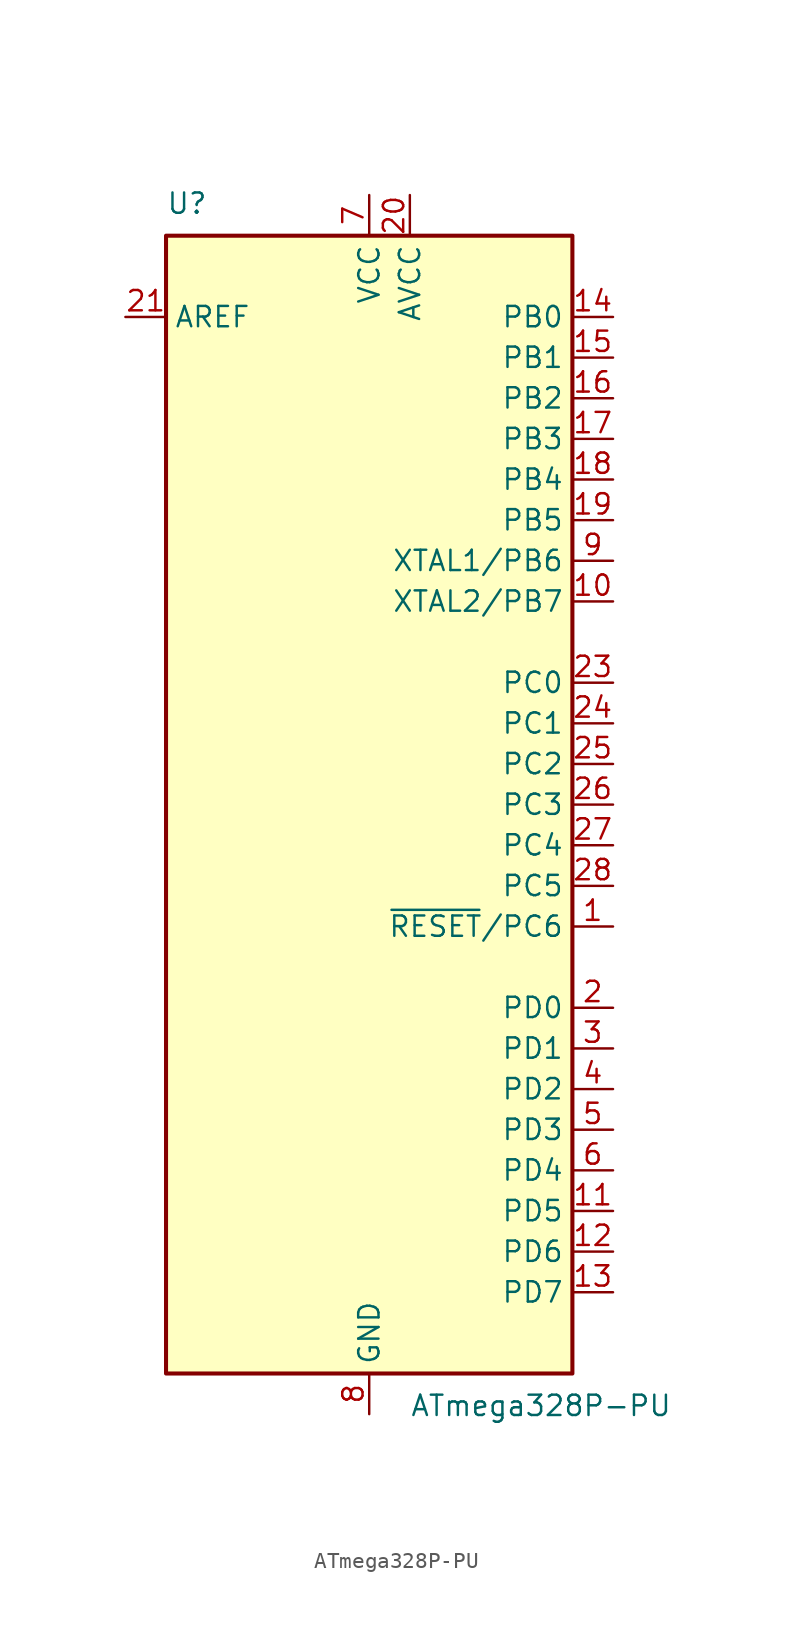
<source format=kicad_sym>
(kicad_symbol_lib
  (version 20211014)
  (generator kicad_symbol_editor)
  (symbol "ATmega328P-PU"
    (property "Reference" "U"
      (at -12.7 36.83 0)
      (effects (font (size 1.27 1.27)) (justify left bottom)))
    (property "Value" "ATmega328P-PU"
      (at 2.54 -36.83 0)
      (effects (font (size 1.27 1.27)) (justify left top)))
    (symbol "ATmega328P-PU_0_1"
      (rectangle (start -12.7 -35.56) (end 12.7 35.56) (stroke (width 0.254) (type default) (color 0 0 0 0)) (fill (type background))))
    (symbol "ATmega328P-PU_1_1"
      (pin bidirectional line (at 15.24 -7.62 180) (length 2.54) (name "~{RESET}/PC6" (effects (font (size 1.27 1.27)))) (number "1" (effects (font (size 1.27 1.27)))))
      (pin bidirectional line (at 15.24 12.7 180) (length 2.54) (name "XTAL2/PB7" (effects (font (size 1.27 1.27)))) (number "10" (effects (font (size 1.27 1.27)))))
      (pin bidirectional line (at 15.24 -25.4 180) (length 2.54) (name "PD5" (effects (font (size 1.27 1.27)))) (number "11" (effects (font (size 1.27 1.27)))))
      (pin bidirectional line (at 15.24 -27.94 180) (length 2.54) (name "PD6" (effects (font (size 1.27 1.27)))) (number "12" (effects (font (size 1.27 1.27)))))
      (pin bidirectional line (at 15.24 -30.48 180) (length 2.54) (name "PD7" (effects (font (size 1.27 1.27)))) (number "13" (effects (font (size 1.27 1.27)))))
      (pin bidirectional line (at 15.24 30.48 180) (length 2.54) (name "PB0" (effects (font (size 1.27 1.27)))) (number "14" (effects (font (size 1.27 1.27)))))
      (pin bidirectional line (at 15.24 27.94 180) (length 2.54) (name "PB1" (effects (font (size 1.27 1.27)))) (number "15" (effects (font (size 1.27 1.27)))))
      (pin bidirectional line (at 15.24 25.4 180) (length 2.54) (name "PB2" (effects (font (size 1.27 1.27)))) (number "16" (effects (font (size 1.27 1.27)))))
      (pin bidirectional line (at 15.24 22.86 180) (length 2.54) (name "PB3" (effects (font (size 1.27 1.27)))) (number "17" (effects (font (size 1.27 1.27)))))
      (pin bidirectional line (at 15.24 20.32 180) (length 2.54) (name "PB4" (effects (font (size 1.27 1.27)))) (number "18" (effects (font (size 1.27 1.27)))))
      (pin bidirectional line (at 15.24 17.78 180) (length 2.54) (name "PB5" (effects (font (size 1.27 1.27)))) (number "19" (effects (font (size 1.27 1.27)))))
      (pin bidirectional line (at 15.24 -12.7 180) (length 2.54) (name "PD0" (effects (font (size 1.27 1.27)))) (number "2" (effects (font (size 1.27 1.27)))))
      (pin power_in line (at 2.54 38.1 270) (length 2.54) (name "AVCC" (effects (font (size 1.27 1.27)))) (number "20" (effects (font (size 1.27 1.27)))))
      (pin passive line (at -15.24 30.48 0) (length 2.54) (name "AREF" (effects (font (size 1.27 1.27)))) (number "21" (effects (font (size 1.27 1.27)))))
      (pin passive line (at 0 -38.1 90) (length 2.54) hide (name "GND" (effects (font (size 1.27 1.27)))) (number "22" (effects (font (size 1.27 1.27)))))
      (pin bidirectional line (at 15.24 7.62 180) (length 2.54) (name "PC0" (effects (font (size 1.27 1.27)))) (number "23" (effects (font (size 1.27 1.27)))))
      (pin bidirectional line (at 15.24 5.08 180) (length 2.54) (name "PC1" (effects (font (size 1.27 1.27)))) (number "24" (effects (font (size 1.27 1.27)))))
      (pin bidirectional line (at 15.24 2.54 180) (length 2.54) (name "PC2" (effects (font (size 1.27 1.27)))) (number "25" (effects (font (size 1.27 1.27)))))
      (pin bidirectional line (at 15.24 0 180) (length 2.54) (name "PC3" (effects (font (size 1.27 1.27)))) (number "26" (effects (font (size 1.27 1.27)))))
      (pin bidirectional line (at 15.24 -2.54 180) (length 2.54) (name "PC4" (effects (font (size 1.27 1.27)))) (number "27" (effects (font (size 1.27 1.27)))))
      (pin bidirectional line (at 15.24 -5.08 180) (length 2.54) (name "PC5" (effects (font (size 1.27 1.27)))) (number "28" (effects (font (size 1.27 1.27)))))
      (pin bidirectional line (at 15.24 -15.24 180) (length 2.54) (name "PD1" (effects (font (size 1.27 1.27)))) (number "3" (effects (font (size 1.27 1.27)))))
      (pin bidirectional line (at 15.24 -17.78 180) (length 2.54) (name "PD2" (effects (font (size 1.27 1.27)))) (number "4" (effects (font (size 1.27 1.27)))))
      (pin bidirectional line (at 15.24 -20.32 180) (length 2.54) (name "PD3" (effects (font (size 1.27 1.27)))) (number "5" (effects (font (size 1.27 1.27)))))
      (pin bidirectional line (at 15.24 -22.86 180) (length 2.54) (name "PD4" (effects (font (size 1.27 1.27)))) (number "6" (effects (font (size 1.27 1.27)))))
      (pin power_in line (at 0 38.1 270) (length 2.54) (name "VCC" (effects (font (size 1.27 1.27)))) (number "7" (effects (font (size 1.27 1.27)))))
      (pin power_in line (at 0 -38.1 90) (length 2.54) (name "GND" (effects (font (size 1.27 1.27)))) (number "8" (effects (font (size 1.27 1.27)))))
      (pin bidirectional line (at 15.24 15.24 180) (length 2.54) (name "XTAL1/PB6" (effects (font (size 1.27 1.27)))) (number "9" (effects (font (size 1.27 1.27))))))))
</source>
